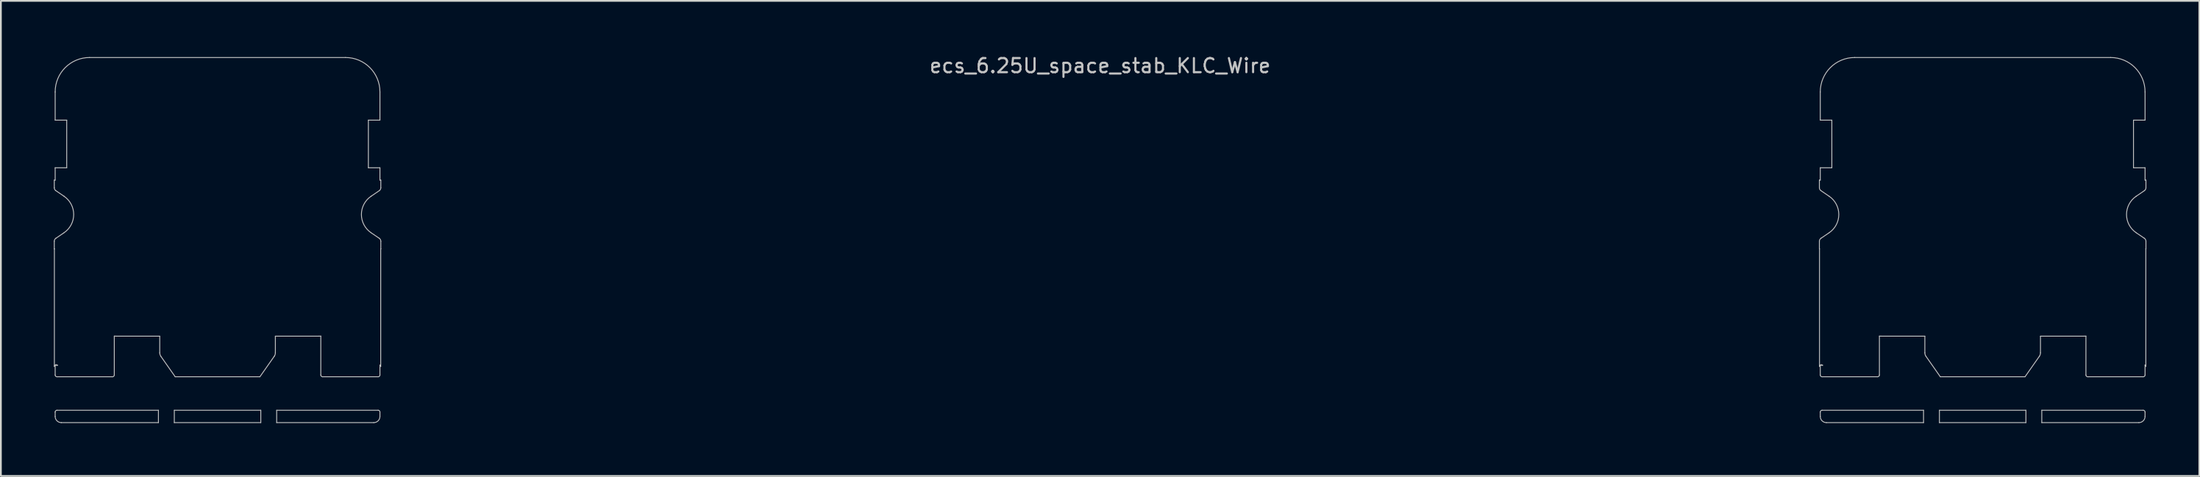
<source format=kicad_pcb>
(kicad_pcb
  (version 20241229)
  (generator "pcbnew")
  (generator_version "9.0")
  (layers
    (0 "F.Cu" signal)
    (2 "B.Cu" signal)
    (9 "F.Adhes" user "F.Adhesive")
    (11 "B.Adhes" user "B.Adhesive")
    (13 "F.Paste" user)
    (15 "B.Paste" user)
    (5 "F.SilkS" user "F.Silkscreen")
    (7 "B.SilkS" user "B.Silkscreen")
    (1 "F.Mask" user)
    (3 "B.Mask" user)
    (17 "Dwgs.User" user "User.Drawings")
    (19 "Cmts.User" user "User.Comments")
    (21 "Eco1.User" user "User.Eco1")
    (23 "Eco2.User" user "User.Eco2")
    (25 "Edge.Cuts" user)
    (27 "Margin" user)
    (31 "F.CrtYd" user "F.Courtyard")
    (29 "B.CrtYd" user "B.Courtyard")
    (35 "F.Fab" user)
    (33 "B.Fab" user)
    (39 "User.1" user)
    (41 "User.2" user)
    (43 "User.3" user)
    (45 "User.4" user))
  (footprint "ecs_6.25U_space_stab_KLC_Wire"
    (layer "F.Cu")
    (at 59.275 9.111)
    (property "Reference" "ecs_6.25U_space_stab_KLC_Wire" (at 0 -8.433 0) (layer "Dwgs.User") (effects (font (size 0.8 0.8) (thickness 0.12))))
    (attr smd)
    (fp_line (start -59.25 -1.95) (end -59.2 -1.95) (stroke (width 0.05) (type solid)) (layer "Dwgs.User"))
    (fp_line (start -59.25 -1.516) (end -59.25 -1.95) (stroke (width 0.05) (type solid)) (layer "Dwgs.User"))
    (fp_line (start -59.25 1.95) (end -59.25 1.516) (stroke (width 0.05) (type solid)) (layer "Dwgs.User"))
    (fp_line (start -59.244 1.95) (end -59.25 1.95) (stroke (width 0.05) (type solid)) (layer "Dwgs.User"))
    (fp_line (start -59.244 8.616) (end -59.244 1.95) (stroke (width 0.05) (type solid)) (layer "Dwgs.User"))
    (fp_line (start -59.2 -5.35) (end -59.2 -6.95) (stroke (width 0.05) (type solid)) (layer "Dwgs.User"))
    (fp_line (start -59.2 -2.65) (end -58.545 -2.65) (stroke (width 0.05) (type solid)) (layer "Dwgs.User"))
    (fp_line (start -59.2 -1.95) (end -59.2 -2.65) (stroke (width 0.05) (type solid)) (layer "Dwgs.User"))
    (fp_line (start -59.2 8.55) (end -59.069 8.55) (stroke (width 0.05) (type solid)) (layer "Dwgs.User"))
    (fp_line (start -59.2 9.1) (end -59.2 8.55) (stroke (width 0.05) (type solid)) (layer "Dwgs.User"))
    (fp_line (start -59.2 11.45) (end -59.2 11.2) (stroke (width 0.05) (type solid)) (layer "Dwgs.User"))
    (fp_line (start -59.163 1.351) (end -58.696 1.033) (stroke (width 0.05) (type solid)) (layer "Dwgs.User"))
    (fp_line (start -59.1 11.1) (end -53.35 11.1) (stroke (width 0.05) (type solid)) (layer "Dwgs.User"))
    (fp_line (start -58.696 -1.033) (end -59.163 -1.351) (stroke (width 0.05) (type solid)) (layer "Dwgs.User"))
    (fp_line (start -58.545 -5.35) (end -59.2 -5.35) (stroke (width 0.05) (type solid)) (layer "Dwgs.User"))
    (fp_line (start -58.545 -2.65) (end -58.545 -5.35) (stroke (width 0.05) (type solid)) (layer "Dwgs.User"))
    (fp_line (start -57.25 -8.9) (end -42.75 -8.9) (stroke (width 0.05) (type solid)) (layer "Dwgs.User"))
    (fp_line (start -55.95 9.2) (end -59.1 9.2) (stroke (width 0.05) (type solid)) (layer "Dwgs.User"))
    (fp_line (start -55.85 6.895) (end -55.85 9.1) (stroke (width 0.05) (type solid)) (layer "Dwgs.User"))
    (fp_line (start -53.35 11.1) (end -53.35 11.8) (stroke (width 0.05) (type solid)) (layer "Dwgs.User"))
    (fp_line (start -53.35 11.8) (end -58.85 11.8) (stroke (width 0.05) (type solid)) (layer "Dwgs.User"))
    (fp_line (start -53.275 6.9) (end -55.75 6.9) (stroke (width 0.05) (type solid)) (layer "Dwgs.User"))
    (fp_line (start -53.275 7.84) (end -53.275 6.9) (stroke (width 0.05) (type solid)) (layer "Dwgs.User"))
    (fp_line (start -52.45 11.1) (end -47.55 11.1) (stroke (width 0.05) (type solid)) (layer "Dwgs.User"))
    (fp_line (start -52.45 11.8) (end -52.45 11.1) (stroke (width 0.05) (type solid)) (layer "Dwgs.User"))
    (fp_line (start -52.4 9.2) (end -53.212 8.041) (stroke (width 0.05) (type solid)) (layer "Dwgs.User"))
    (fp_line (start -47.6 9.2) (end -52.4 9.2) (stroke (width 0.05) (type solid)) (layer "Dwgs.User"))
    (fp_line (start -47.55 11.1) (end -47.55 11.8) (stroke (width 0.05) (type solid)) (layer "Dwgs.User"))
    (fp_line (start -47.55 11.8) (end -52.45 11.8) (stroke (width 0.05) (type solid)) (layer "Dwgs.User"))
    (fp_line (start -46.788 8.041) (end -47.6 9.2) (stroke (width 0.05) (type solid)) (layer "Dwgs.User"))
    (fp_line (start -46.725 6.9) (end -46.725 7.84) (stroke (width 0.05) (type solid)) (layer "Dwgs.User"))
    (fp_line (start -46.65 11.1) (end -40.9 11.1) (stroke (width 0.05) (type solid)) (layer "Dwgs.User"))
    (fp_line (start -46.65 11.8) (end -46.65 11.1) (stroke (width 0.05) (type solid)) (layer "Dwgs.User"))
    (fp_line (start -44.25 6.9) (end -46.725 6.9) (stroke (width 0.05) (type solid)) (layer "Dwgs.User"))
    (fp_line (start -44.15 9.1) (end -44.15 6.895) (stroke (width 0.05) (type solid)) (layer "Dwgs.User"))
    (fp_line (start -41.455 -5.35) (end -41.455 -2.65) (stroke (width 0.05) (type solid)) (layer "Dwgs.User"))
    (fp_line (start -41.455 -2.65) (end -40.8 -2.65) (stroke (width 0.05) (type solid)) (layer "Dwgs.User"))
    (fp_line (start -41.304 1.033) (end -40.837 1.351) (stroke (width 0.05) (type solid)) (layer "Dwgs.User"))
    (fp_line (start -41.15 11.8) (end -46.65 11.8) (stroke (width 0.05) (type solid)) (layer "Dwgs.User"))
    (fp_line (start -40.9 9.2) (end -44.05 9.2) (stroke (width 0.05) (type solid)) (layer "Dwgs.User"))
    (fp_line (start -40.837 -1.351) (end -41.304 -1.033) (stroke (width 0.05) (type solid)) (layer "Dwgs.User"))
    (fp_line (start -40.8 8.534) (end -40.8 9.1) (stroke (width 0.05) (type solid)) (layer "Dwgs.User"))
    (fp_line (start -40.8 -6.95) (end -40.8 -5.35) (stroke (width 0.05) (type solid)) (layer "Dwgs.User"))
    (fp_line (start -40.8 -5.35) (end -41.455 -5.35) (stroke (width 0.05) (type solid)) (layer "Dwgs.User"))
    (fp_line (start -40.8 -2.65) (end -40.8 -1.95) (stroke (width 0.05) (type solid)) (layer "Dwgs.User"))
    (fp_line (start -40.8 -1.95) (end -40.75 -1.95) (stroke (width 0.05) (type solid)) (layer "Dwgs.User"))
    (fp_line (start -40.8 11.2) (end -40.8 11.45) (stroke (width 0.05) (type solid)) (layer "Dwgs.User"))
    (fp_line (start -40.756 1.95) (end -40.756 8.616) (stroke (width 0.05) (type solid)) (layer "Dwgs.User"))
    (fp_line (start -40.75 -1.95) (end -40.75 -1.516) (stroke (width 0.05) (type solid)) (layer "Dwgs.User"))
    (fp_line (start -40.75 1.516) (end -40.75 1.95) (stroke (width 0.05) (type solid)) (layer "Dwgs.User"))
    (fp_line (start -40.75 1.95) (end -40.756 1.95) (stroke (width 0.05) (type solid)) (layer "Dwgs.User"))
    (fp_line (start 40.75 -1.95) (end 40.8 -1.95) (stroke (width 0.05) (type solid)) (layer "Dwgs.User"))
    (fp_line (start 40.75 -1.516) (end 40.75 -1.95) (stroke (width 0.05) (type solid)) (layer "Dwgs.User"))
    (fp_line (start 40.75 1.95) (end 40.75 1.516) (stroke (width 0.05) (type solid)) (layer "Dwgs.User"))
    (fp_line (start 40.756 1.95) (end 40.75 1.95) (stroke (width 0.05) (type solid)) (layer "Dwgs.User"))
    (fp_line (start 40.756 8.616) (end 40.756 1.95) (stroke (width 0.05) (type solid)) (layer "Dwgs.User"))
    (fp_line (start 40.8 -5.35) (end 40.8 -6.95) (stroke (width 0.05) (type solid)) (layer "Dwgs.User"))
    (fp_line (start 40.8 -2.65) (end 41.455 -2.65) (stroke (width 0.05) (type solid)) (layer "Dwgs.User"))
    (fp_line (start 40.8 -1.95) (end 40.8 -2.65) (stroke (width 0.05) (type solid)) (layer "Dwgs.User"))
    (fp_line (start 40.8 8.55) (end 40.931 8.55) (stroke (width 0.05) (type solid)) (layer "Dwgs.User"))
    (fp_line (start 40.8 9.1) (end 40.8 8.55) (stroke (width 0.05) (type solid)) (layer "Dwgs.User"))
    (fp_line (start 40.8 11.45) (end 40.8 11.2) (stroke (width 0.05) (type solid)) (layer "Dwgs.User"))
    (fp_line (start 40.837 1.351) (end 41.304 1.033) (stroke (width 0.05) (type solid)) (layer "Dwgs.User"))
    (fp_line (start 40.9 11.1) (end 46.65 11.1) (stroke (width 0.05) (type solid)) (layer "Dwgs.User"))
    (fp_line (start 41.304 -1.033) (end 40.837 -1.351) (stroke (width 0.05) (type solid)) (layer "Dwgs.User"))
    (fp_line (start 41.455 -5.35) (end 40.8 -5.35) (stroke (width 0.05) (type solid)) (layer "Dwgs.User"))
    (fp_line (start 41.455 -2.65) (end 41.455 -5.35) (stroke (width 0.05) (type solid)) (layer "Dwgs.User"))
    (fp_line (start 42.75 -8.9) (end 57.25 -8.9) (stroke (width 0.05) (type solid)) (layer "Dwgs.User"))
    (fp_line (start 44.05 9.2) (end 40.9 9.2) (stroke (width 0.05) (type solid)) (layer "Dwgs.User"))
    (fp_line (start 44.15 6.895) (end 44.15 9.1) (stroke (width 0.05) (type solid)) (layer "Dwgs.User"))
    (fp_line (start 46.65 11.1) (end 46.65 11.8) (stroke (width 0.05) (type solid)) (layer "Dwgs.User"))
    (fp_line (start 46.65 11.8) (end 41.15 11.8) (stroke (width 0.05) (type solid)) (layer "Dwgs.User"))
    (fp_line (start 46.725 6.9) (end 44.25 6.9) (stroke (width 0.05) (type solid)) (layer "Dwgs.User"))
    (fp_line (start 46.725 7.84) (end 46.725 6.9) (stroke (width 0.05) (type solid)) (layer "Dwgs.User"))
    (fp_line (start 47.55 11.1) (end 52.45 11.1) (stroke (width 0.05) (type solid)) (layer "Dwgs.User"))
    (fp_line (start 47.55 11.8) (end 47.55 11.1) (stroke (width 0.05) (type solid)) (layer "Dwgs.User"))
    (fp_line (start 47.6 9.2) (end 46.788 8.041) (stroke (width 0.05) (type solid)) (layer "Dwgs.User"))
    (fp_line (start 52.4 9.2) (end 47.6 9.2) (stroke (width 0.05) (type solid)) (layer "Dwgs.User"))
    (fp_line (start 52.45 11.1) (end 52.45 11.8) (stroke (width 0.05) (type solid)) (layer "Dwgs.User"))
    (fp_line (start 52.45 11.8) (end 47.55 11.8) (stroke (width 0.05) (type solid)) (layer "Dwgs.User"))
    (fp_line (start 53.212 8.041) (end 52.4 9.2) (stroke (width 0.05) (type solid)) (layer "Dwgs.User"))
    (fp_line (start 53.275 6.9) (end 53.275 7.84) (stroke (width 0.05) (type solid)) (layer "Dwgs.User"))
    (fp_line (start 53.35 11.1) (end 59.1 11.1) (stroke (width 0.05) (type solid)) (layer "Dwgs.User"))
    (fp_line (start 53.35 11.8) (end 53.35 11.1) (stroke (width 0.05) (type solid)) (layer "Dwgs.User"))
    (fp_line (start 55.75 6.9) (end 53.275 6.9) (stroke (width 0.05) (type solid)) (layer "Dwgs.User"))
    (fp_line (start 55.85 9.1) (end 55.85 6.895) (stroke (width 0.05) (type solid)) (layer "Dwgs.User"))
    (fp_line (start 58.545 -5.35) (end 58.545 -2.65) (stroke (width 0.05) (type solid)) (layer "Dwgs.User"))
    (fp_line (start 58.545 -2.65) (end 59.2 -2.65) (stroke (width 0.05) (type solid)) (layer "Dwgs.User"))
    (fp_line (start 58.696 1.033) (end 59.163 1.351) (stroke (width 0.05) (type solid)) (layer "Dwgs.User"))
    (fp_line (start 58.85 11.8) (end 53.35 11.8) (stroke (width 0.05) (type solid)) (layer "Dwgs.User"))
    (fp_line (start 59.1 9.2) (end 55.95 9.2) (stroke (width 0.05) (type solid)) (layer "Dwgs.User"))
    (fp_line (start 59.163 -1.351) (end 58.696 -1.033) (stroke (width 0.05) (type solid)) (layer "Dwgs.User"))
    (fp_line (start 59.2 8.534) (end 59.2 9.1) (stroke (width 0.05) (type solid)) (layer "Dwgs.User"))
    (fp_line (start 59.2 -6.95) (end 59.2 -5.35) (stroke (width 0.05) (type solid)) (layer "Dwgs.User"))
    (fp_line (start 59.2 -5.35) (end 58.545 -5.35) (stroke (width 0.05) (type solid)) (layer "Dwgs.User"))
    (fp_line (start 59.2 -2.65) (end 59.2 -1.95) (stroke (width 0.05) (type solid)) (layer "Dwgs.User"))
    (fp_line (start 59.2 -1.95) (end 59.25 -1.95) (stroke (width 0.05) (type solid)) (layer "Dwgs.User"))
    (fp_line (start 59.2 11.2) (end 59.2 11.45) (stroke (width 0.05) (type solid)) (layer "Dwgs.User"))
    (fp_line (start 59.244 1.95) (end 59.244 8.616) (stroke (width 0.05) (type solid)) (layer "Dwgs.User"))
    (fp_line (start 59.25 -1.95) (end 59.25 -1.516) (stroke (width 0.05) (type solid)) (layer "Dwgs.User"))
    (fp_line (start 59.25 1.516) (end 59.25 1.95) (stroke (width 0.05) (type solid)) (layer "Dwgs.User"))
    (fp_line (start 59.25 1.95) (end 59.244 1.95) (stroke (width 0.05) (type solid)) (layer "Dwgs.User"))
    (fp_arc (start -59.250003 1.516225) (mid -59.226822 1.422766) (end -59.162652 1.350973) (stroke (width 0.05) (type solid)) (layer "Dwgs.User"))
    (fp_arc (start -59.24375 8.616395) (mid -59.17927 8.52292) (end -59.068988 8.55) (stroke (width 0.05) (type solid)) (layer "Dwgs.User"))
    (fp_arc (start -59.2 -6.95) (mid -58.628858 -8.328858) (end -57.25 -8.9) (stroke (width 0.05) (type solid)) (layer "Dwgs.User"))
    (fp_arc (start -59.2 11.199994) (mid -59.170712 11.129286) (end -59.100003 11.1) (stroke (width 0.05) (type solid)) (layer "Dwgs.User"))
    (fp_arc (start -59.162652 -1.350973) (mid -59.226822 -1.422766) (end -59.250003 -1.516225) (stroke (width 0.05) (type solid)) (layer "Dwgs.User"))
    (fp_arc (start -59.100003 9.2) (mid -59.170712 9.170714) (end -59.2 9.100006) (stroke (width 0.05) (type solid)) (layer "Dwgs.User"))
    (fp_arc (start -58.850023 11.8) (mid -59.097497 11.697497) (end -59.2 11.450023) (stroke (width 0.05) (type solid)) (layer "Dwgs.User"))
    (fp_arc (start -58.695979 -1.032887) (mid -58.15 0) (end -58.695979 1.032887) (stroke (width 0.05) (type solid)) (layer "Dwgs.User"))
    (fp_arc (start -55.85 9.099996) (mid -55.879288 9.170709) (end -55.95 9.2) (stroke (width 0.05) (type solid)) (layer "Dwgs.User"))
    (fp_arc (start -55.75 6.9) (mid -55.800063 6.898746) (end -55.85 6.894987) (stroke (width 0.05) (type solid)) (layer "Dwgs.User"))
    (fp_arc (start -53.211703 8.040768) (mid -53.258801 7.945263) (end -53.275 7.840016) (stroke (width 0.05) (type solid)) (layer "Dwgs.User"))
    (fp_arc (start -46.725 7.840016) (mid -46.741199 7.945263) (end -46.788297 8.040768) (stroke (width 0.05) (type solid)) (layer "Dwgs.User"))
    (fp_arc (start -44.15 6.894987) (mid -44.199937 6.898746) (end -44.25 6.9) (stroke (width 0.05) (type solid)) (layer "Dwgs.User"))
    (fp_arc (start -44.05 9.2) (mid -44.120712 9.170709) (end -44.15 9.099996) (stroke (width 0.05) (type solid)) (layer "Dwgs.User"))
    (fp_arc (start -42.75 -8.9) (mid -41.371142 -8.328858) (end -40.8 -6.95) (stroke (width 0.05) (type solid)) (layer "Dwgs.User"))
    (fp_arc (start -41.304021 1.032887) (mid -41.85 0) (end -41.304021 -1.032887) (stroke (width 0.05) (type solid)) (layer "Dwgs.User"))
    (fp_arc (start -40.899997 11.1) (mid -40.829288 11.129286) (end -40.8 11.199994) (stroke (width 0.05) (type solid)) (layer "Dwgs.User"))
    (fp_arc (start -40.837348 1.350973) (mid -40.773178 1.422766) (end -40.749997 1.516225) (stroke (width 0.05) (type solid)) (layer "Dwgs.User"))
    (fp_arc (start -40.800001 8.533718) (mid -40.767862 8.569625) (end -40.75625 8.616395) (stroke (width 0.05) (type solid)) (layer "Dwgs.User"))
    (fp_arc (start -40.8 9.100006) (mid -40.829288 9.170714) (end -40.899997 9.2) (stroke (width 0.05) (type solid)) (layer "Dwgs.User"))
    (fp_arc (start -40.8 11.450023) (mid -40.902503 11.697497) (end -41.149977 11.8) (stroke (width 0.05) (type solid)) (layer "Dwgs.User"))
    (fp_arc (start -40.749997 -1.516225) (mid -40.773178 -1.422766) (end -40.837348 -1.350973) (stroke (width 0.05) (type solid)) (layer "Dwgs.User"))
    (fp_arc (start 40.749997 1.516225) (mid 40.773168 1.422757) (end 40.837348 1.350973) (stroke (width 0.05) (type solid)) (layer "Dwgs.User"))
    (fp_arc (start 40.75625 8.616395) (mid 40.820717 8.52296) (end 40.931012 8.55) (stroke (width 0.05) (type solid)) (layer "Dwgs.User"))
    (fp_arc (start 40.8 -6.95) (mid 41.371142 -8.328858) (end 42.75 -8.9) (stroke (width 0.05) (type solid)) (layer "Dwgs.User"))
    (fp_arc (start 40.8 11.199994) (mid 40.82929 11.129288) (end 40.899997 11.1) (stroke (width 0.05) (type solid)) (layer "Dwgs.User"))
    (fp_arc (start 40.837348 -1.350973) (mid 40.773192 -1.422769) (end 40.749997 -1.516225) (stroke (width 0.05) (type solid)) (layer "Dwgs.User"))
    (fp_arc (start 40.899997 9.2) (mid 40.82929 9.170712) (end 40.8 9.100006) (stroke (width 0.05) (type solid)) (layer "Dwgs.User"))
    (fp_arc (start 41.149977 11.8) (mid 40.902513 11.697487) (end 40.8 11.450023) (stroke (width 0.05) (type solid)) (layer "Dwgs.User"))
    (fp_arc (start 41.304021 -1.032887) (mid 41.85 0) (end 41.304021 1.032887) (stroke (width 0.05) (type solid)) (layer "Dwgs.User"))
    (fp_arc (start 44.15 9.099996) (mid 44.120712 9.170709) (end 44.05 9.2) (stroke (width 0.05) (type solid)) (layer "Dwgs.User"))
    (fp_arc (start 44.25 6.9) (mid 44.199937 6.898746) (end 44.15 6.894987) (stroke (width 0.05) (type solid)) (layer "Dwgs.User"))
    (fp_arc (start 46.788297 8.040768) (mid 46.741195 7.945264) (end 46.725 7.840016) (stroke (width 0.05) (type solid)) (layer "Dwgs.User"))
    (fp_arc (start 53.275 7.840016) (mid 53.258797 7.945261) (end 53.211703 8.040768) (stroke (width 0.05) (type solid)) (layer "Dwgs.User"))
    (fp_arc (start 55.85 6.894987) (mid 55.800063 6.898746) (end 55.75 6.9) (stroke (width 0.05) (type solid)) (layer "Dwgs.User"))
    (fp_arc (start 55.95 9.2) (mid 55.879288 9.170709) (end 55.85 9.099996) (stroke (width 0.05) (type solid)) (layer "Dwgs.User"))
    (fp_arc (start 57.25 -8.9) (mid 58.628858 -8.328858) (end 59.2 -6.95) (stroke (width 0.05) (type solid)) (layer "Dwgs.User"))
    (fp_arc (start 58.695979 1.032887) (mid 58.15 0) (end 58.695979 -1.032887) (stroke (width 0.05) (type solid)) (layer "Dwgs.User"))
    (fp_arc (start 59.100003 11.1) (mid 59.17071 11.129288) (end 59.2 11.199994) (stroke (width 0.05) (type solid)) (layer "Dwgs.User"))
    (fp_arc (start 59.162652 1.350973) (mid 59.226808 1.422769) (end 59.250003 1.516225) (stroke (width 0.05) (type solid)) (layer "Dwgs.User"))
    (fp_arc (start 59.199999 8.533718) (mid 59.232153 8.56962) (end 59.24375 8.616395) (stroke (width 0.05) (type solid)) (layer "Dwgs.User"))
    (fp_arc (start 59.2 9.100006) (mid 59.17071 9.170712) (end 59.100003 9.2) (stroke (width 0.05) (type solid)) (layer "Dwgs.User"))
    (fp_arc (start 59.2 11.450023) (mid 59.097487 11.697487) (end 58.850023 11.8) (stroke (width 0.05) (type solid)) (layer "Dwgs.User"))
    (fp_arc (start 59.250003 -1.516225) (mid 59.226832 -1.422757) (end 59.162652 -1.350973) (stroke (width 0.05) (type solid)) (layer "Dwgs.User")))
  (gr_rect
    (start -3 -3)
    (end 121.55 23.936)
    (stroke (width 0.1) (type default))
    (fill no)
    (layer "Edge.Cuts")))
</source>
